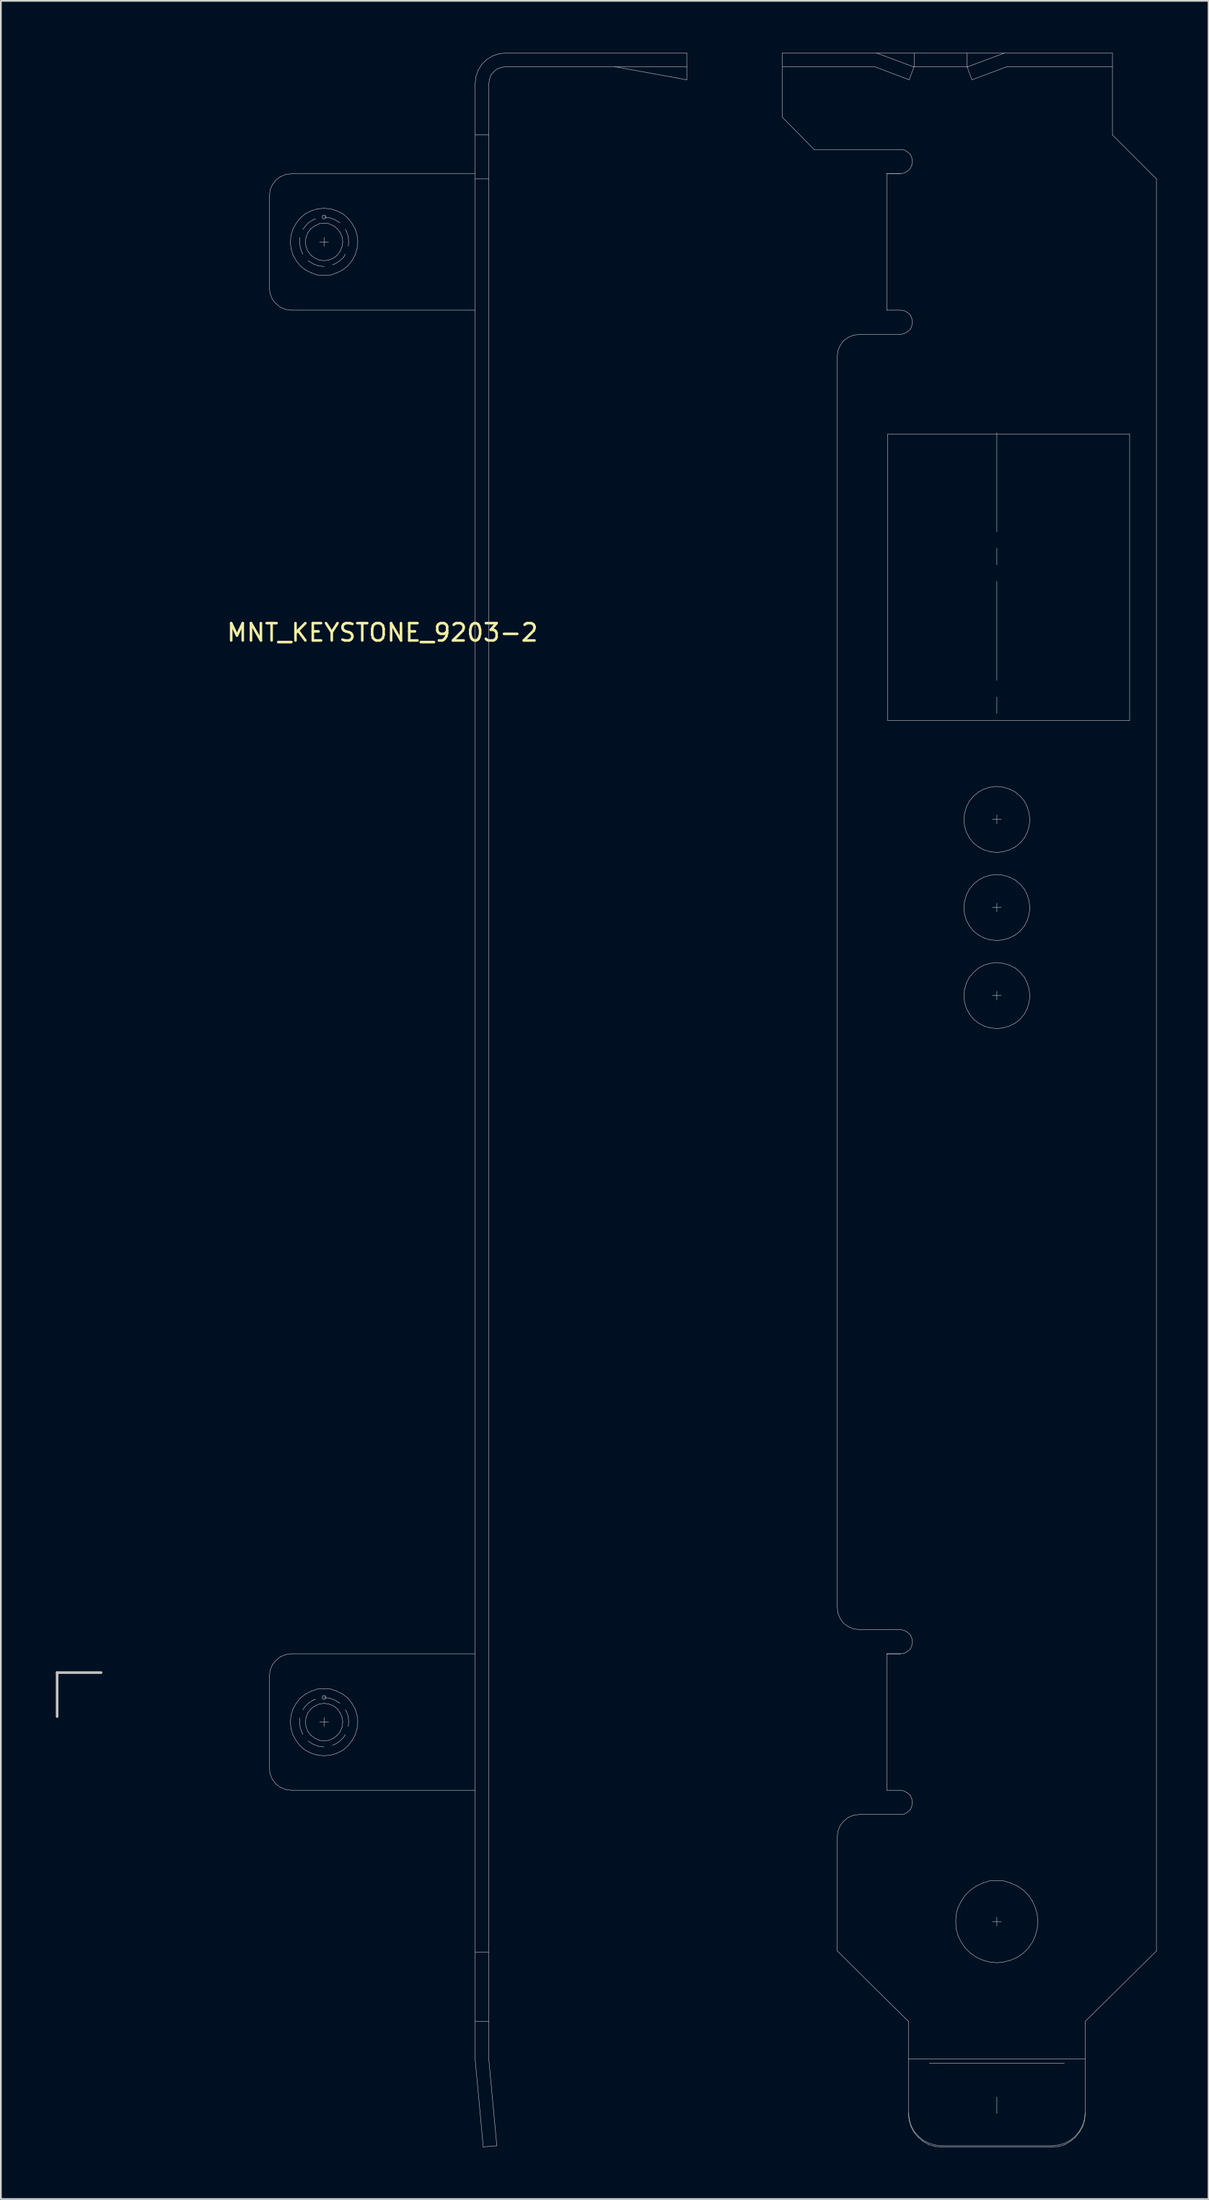
<source format=kicad_pcb>
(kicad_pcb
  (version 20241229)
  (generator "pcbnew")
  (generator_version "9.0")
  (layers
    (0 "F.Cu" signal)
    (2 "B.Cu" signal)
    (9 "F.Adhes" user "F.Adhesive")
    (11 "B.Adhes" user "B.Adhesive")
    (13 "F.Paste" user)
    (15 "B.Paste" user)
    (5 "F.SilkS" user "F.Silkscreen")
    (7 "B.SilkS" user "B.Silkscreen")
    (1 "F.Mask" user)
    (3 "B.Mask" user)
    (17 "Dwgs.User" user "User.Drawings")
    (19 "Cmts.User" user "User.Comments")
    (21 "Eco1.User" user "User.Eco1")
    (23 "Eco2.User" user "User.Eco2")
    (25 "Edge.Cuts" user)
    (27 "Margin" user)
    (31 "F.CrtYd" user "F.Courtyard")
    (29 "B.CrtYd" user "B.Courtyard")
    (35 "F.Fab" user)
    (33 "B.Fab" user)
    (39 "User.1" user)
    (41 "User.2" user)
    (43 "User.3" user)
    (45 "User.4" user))
  (footprint "MNT_KEYSTONE_9203-2"
    (layer "F.Cu")
    (at 0.25 93.558)
    (property "Reference" "MNT_KEYSTONE_9203-2" (at 18.796 -60.071 0) (layer "F.SilkS") (effects (font (size 1 1) (thickness 0.15))))
    (attr through_hole)
    (fp_line (start 0 0) (end 0 2.54) (stroke (width 0.15) (type solid)) (layer "Dwgs.User"))
    (fp_line (start 2.54 0) (end 0 0) (stroke (width 0.15) (type solid)) (layer "Dwgs.User"))
    (fp_line (start 12.265 -85.302) (end 12.307 -85.641) (stroke (width 0.025) (type solid)) (layer "Dwgs.User"))
    (fp_line (start 12.265 -79.961) (end 12.265 -85.302) (stroke (width 0.025) (type solid)) (layer "Dwgs.User"))
    (fp_line (start 12.265 0.187) (end 12.307 -0.131) (stroke (width 0.025) (type solid)) (layer "Dwgs.User"))
    (fp_line (start 12.265 5.527) (end 12.265 0.187) (stroke (width 0.025) (type solid)) (layer "Dwgs.User"))
    (fp_line (start 12.307 -85.641) (end 12.435 -85.938) (stroke (width 0.025) (type solid)) (layer "Dwgs.User"))
    (fp_line (start 12.307 -79.643) (end 12.265 -79.961) (stroke (width 0.025) (type solid)) (layer "Dwgs.User"))
    (fp_line (start 12.307 -0.131) (end 12.435 -0.449) (stroke (width 0.025) (type solid)) (layer "Dwgs.User"))
    (fp_line (start 12.307 5.866) (end 12.265 5.527) (stroke (width 0.025) (type solid)) (layer "Dwgs.User"))
    (fp_line (start 12.435 -85.938) (end 12.646 -86.213) (stroke (width 0.025) (type solid)) (layer "Dwgs.User"))
    (fp_line (start 12.435 -79.326) (end 12.307 -79.643) (stroke (width 0.025) (type solid)) (layer "Dwgs.User"))
    (fp_line (start 12.435 -0.449) (end 12.646 -0.703) (stroke (width 0.025) (type solid)) (layer "Dwgs.User"))
    (fp_line (start 12.435 6.163) (end 12.307 5.866) (stroke (width 0.025) (type solid)) (layer "Dwgs.User"))
    (fp_line (start 12.646 -86.213) (end 12.901 -86.404) (stroke (width 0.025) (type solid)) (layer "Dwgs.User"))
    (fp_line (start 12.646 -79.071) (end 12.435 -79.326) (stroke (width 0.025) (type solid)) (layer "Dwgs.User"))
    (fp_line (start 12.646 -0.703) (end 12.901 -0.915) (stroke (width 0.025) (type solid)) (layer "Dwgs.User"))
    (fp_line (start 12.646 6.438) (end 12.435 6.163) (stroke (width 0.025) (type solid)) (layer "Dwgs.User"))
    (fp_line (start 12.901 -86.404) (end 13.219 -86.531) (stroke (width 0.025) (type solid)) (layer "Dwgs.User"))
    (fp_line (start 12.901 -78.859) (end 12.646 -79.071) (stroke (width 0.025) (type solid)) (layer "Dwgs.User"))
    (fp_line (start 12.901 -0.915) (end 13.219 -1.043) (stroke (width 0.025) (type solid)) (layer "Dwgs.User"))
    (fp_line (start 12.901 6.629) (end 12.646 6.438) (stroke (width 0.025) (type solid)) (layer "Dwgs.User"))
    (fp_line (start 13.219 -86.531) (end 13.537 -86.573) (stroke (width 0.025) (type solid)) (layer "Dwgs.User"))
    (fp_line (start 13.219 -78.732) (end 12.901 -78.859) (stroke (width 0.025) (type solid)) (layer "Dwgs.User"))
    (fp_line (start 13.219 -1.043) (end 13.537 -1.085) (stroke (width 0.025) (type solid)) (layer "Dwgs.User"))
    (fp_line (start 13.219 6.756) (end 12.901 6.629) (stroke (width 0.025) (type solid)) (layer "Dwgs.User"))
    (fp_line (start 13.473 -82.632) (end 13.515 -83.013) (stroke (width 0.025) (type solid)) (layer "Dwgs.User"))
    (fp_line (start 13.473 2.857) (end 13.515 2.475) (stroke (width 0.025) (type solid)) (layer "Dwgs.User"))
    (fp_line (start 13.515 -83.013) (end 13.621 -83.373) (stroke (width 0.025) (type solid)) (layer "Dwgs.User"))
    (fp_line (start 13.515 -82.25) (end 13.473 -82.632) (stroke (width 0.025) (type solid)) (layer "Dwgs.User"))
    (fp_line (start 13.515 2.475) (end 13.621 2.115) (stroke (width 0.025) (type solid)) (layer "Dwgs.User"))
    (fp_line (start 13.515 3.238) (end 13.473 2.857) (stroke (width 0.025) (type solid)) (layer "Dwgs.User"))
    (fp_line (start 13.537 -86.573) (end 24.154 -86.573) (stroke (width 0.025) (type solid)) (layer "Dwgs.User"))
    (fp_line (start 13.537 -78.69) (end 13.219 -78.732) (stroke (width 0.025) (type solid)) (layer "Dwgs.User"))
    (fp_line (start 13.537 -78.69) (end 24.154 -78.69) (stroke (width 0.025) (type solid)) (layer "Dwgs.User"))
    (fp_line (start 13.537 -1.085) (end 24.154 -1.085) (stroke (width 0.025) (type solid)) (layer "Dwgs.User"))
    (fp_line (start 13.537 6.798) (end 13.219 6.756) (stroke (width 0.025) (type solid)) (layer "Dwgs.User"))
    (fp_line (start 13.537 6.798) (end 24.154 6.798) (stroke (width 0.025) (type solid)) (layer "Dwgs.User"))
    (fp_line (start 13.621 -83.373) (end 13.812 -83.712) (stroke (width 0.025) (type solid)) (layer "Dwgs.User"))
    (fp_line (start 13.621 -81.89) (end 13.515 -82.25) (stroke (width 0.025) (type solid)) (layer "Dwgs.User"))
    (fp_line (start 13.621 2.115) (end 13.812 1.776) (stroke (width 0.025) (type solid)) (layer "Dwgs.User"))
    (fp_line (start 13.621 3.598) (end 13.515 3.238) (stroke (width 0.025) (type solid)) (layer "Dwgs.User"))
    (fp_line (start 13.812 -83.712) (end 14.045 -84.009) (stroke (width 0.025) (type solid)) (layer "Dwgs.User"))
    (fp_line (start 13.812 -81.551) (end 13.621 -81.89) (stroke (width 0.025) (type solid)) (layer "Dwgs.User"))
    (fp_line (start 13.812 1.776) (end 14.045 1.479) (stroke (width 0.025) (type solid)) (layer "Dwgs.User"))
    (fp_line (start 13.812 3.938) (end 13.621 3.598) (stroke (width 0.025) (type solid)) (layer "Dwgs.User"))
    (fp_line (start 14.003 -82.632) (end 14.024 -82.886) (stroke (width 0.025) (type solid)) (layer "Dwgs.User"))
    (fp_line (start 14.003 2.857) (end 14.024 2.624) (stroke (width 0.025) (type solid)) (layer "Dwgs.User"))
    (fp_line (start 14.045 -84.009) (end 14.342 -84.263) (stroke (width 0.025) (type solid)) (layer "Dwgs.User"))
    (fp_line (start 14.045 -82.314) (end 14.003 -82.632) (stroke (width 0.025) (type solid)) (layer "Dwgs.User"))
    (fp_line (start 14.045 -81.254) (end 13.812 -81.551) (stroke (width 0.025) (type solid)) (layer "Dwgs.User"))
    (fp_line (start 14.045 1.479) (end 14.342 1.246) (stroke (width 0.025) (type solid)) (layer "Dwgs.User"))
    (fp_line (start 14.045 3.175) (end 14.003 2.857) (stroke (width 0.025) (type solid)) (layer "Dwgs.User"))
    (fp_line (start 14.045 4.234) (end 13.812 3.938) (stroke (width 0.025) (type solid)) (layer "Dwgs.User"))
    (fp_line (start 14.151 -82.017) (end 14.045 -82.314) (stroke (width 0.025) (type solid)) (layer "Dwgs.User"))
    (fp_line (start 14.151 3.471) (end 14.045 3.175) (stroke (width 0.025) (type solid)) (layer "Dwgs.User"))
    (fp_line (start 14.193 -83.352) (end 14.321 -83.522) (stroke (width 0.025) (type solid)) (layer "Dwgs.User"))
    (fp_line (start 14.193 -81.932) (end 14.151 -82.017) (stroke (width 0.025) (type solid)) (layer "Dwgs.User"))
    (fp_line (start 14.193 2.157) (end 14.321 1.967) (stroke (width 0.025) (type solid)) (layer "Dwgs.User"))
    (fp_line (start 14.193 3.577) (end 14.151 3.471) (stroke (width 0.025) (type solid)) (layer "Dwgs.User"))
    (fp_line (start 14.321 -83.522) (end 14.533 -83.755) (stroke (width 0.025) (type solid)) (layer "Dwgs.User"))
    (fp_line (start 14.321 1.967) (end 14.533 1.755) (stroke (width 0.025) (type solid)) (layer "Dwgs.User"))
    (fp_line (start 14.342 -84.263) (end 14.681 -84.433) (stroke (width 0.025) (type solid)) (layer "Dwgs.User"))
    (fp_line (start 14.342 -82.632) (end 14.384 -82.928) (stroke (width 0.025) (type solid)) (layer "Dwgs.User"))
    (fp_line (start 14.342 -81.021) (end 14.045 -81.254) (stroke (width 0.025) (type solid)) (layer "Dwgs.User"))
    (fp_line (start 14.342 1.246) (end 14.681 1.077) (stroke (width 0.025) (type solid)) (layer "Dwgs.User"))
    (fp_line (start 14.342 2.857) (end 14.384 2.581) (stroke (width 0.025) (type solid)) (layer "Dwgs.User"))
    (fp_line (start 14.342 4.489) (end 14.045 4.234) (stroke (width 0.025) (type solid)) (layer "Dwgs.User"))
    (fp_line (start 14.384 -82.928) (end 14.49 -83.183) (stroke (width 0.025) (type solid)) (layer "Dwgs.User"))
    (fp_line (start 14.384 -82.356) (end 14.342 -82.632) (stroke (width 0.025) (type solid)) (layer "Dwgs.User"))
    (fp_line (start 14.384 2.581) (end 14.49 2.327) (stroke (width 0.025) (type solid)) (layer "Dwgs.User"))
    (fp_line (start 14.384 3.153) (end 14.342 2.857) (stroke (width 0.025) (type solid)) (layer "Dwgs.User"))
    (fp_line (start 14.49 -83.183) (end 14.66 -83.394) (stroke (width 0.025) (type solid)) (layer "Dwgs.User"))
    (fp_line (start 14.49 -82.102) (end 14.384 -82.356) (stroke (width 0.025) (type solid)) (layer "Dwgs.User"))
    (fp_line (start 14.49 2.327) (end 14.66 2.094) (stroke (width 0.025) (type solid)) (layer "Dwgs.User"))
    (fp_line (start 14.49 3.408) (end 14.384 3.153) (stroke (width 0.025) (type solid)) (layer "Dwgs.User"))
    (fp_line (start 14.533 -83.755) (end 14.808 -83.924) (stroke (width 0.025) (type solid)) (layer "Dwgs.User"))
    (fp_line (start 14.533 -81.53) (end 14.511 -81.551) (stroke (width 0.025) (type solid)) (layer "Dwgs.User"))
    (fp_line (start 14.533 1.755) (end 14.808 1.585) (stroke (width 0.025) (type solid)) (layer "Dwgs.User"))
    (fp_line (start 14.533 3.98) (end 14.511 3.959) (stroke (width 0.025) (type solid)) (layer "Dwgs.User"))
    (fp_line (start 14.66 -83.394) (end 14.893 -83.564) (stroke (width 0.025) (type solid)) (layer "Dwgs.User"))
    (fp_line (start 14.66 -81.869) (end 14.49 -82.102) (stroke (width 0.025) (type solid)) (layer "Dwgs.User"))
    (fp_line (start 14.66 2.094) (end 14.893 1.924) (stroke (width 0.025) (type solid)) (layer "Dwgs.User"))
    (fp_line (start 14.66 3.62) (end 14.49 3.408) (stroke (width 0.025) (type solid)) (layer "Dwgs.User"))
    (fp_line (start 14.681 -84.433) (end 15.041 -84.539) (stroke (width 0.025) (type solid)) (layer "Dwgs.User"))
    (fp_line (start 14.681 -80.851) (end 14.342 -81.021) (stroke (width 0.025) (type solid)) (layer "Dwgs.User"))
    (fp_line (start 14.681 1.077) (end 15.041 0.949) (stroke (width 0.025) (type solid)) (layer "Dwgs.User"))
    (fp_line (start 14.681 4.658) (end 14.342 4.489) (stroke (width 0.025) (type solid)) (layer "Dwgs.User"))
    (fp_line (start 14.808 -83.924) (end 14.935 -83.967) (stroke (width 0.025) (type solid)) (layer "Dwgs.User"))
    (fp_line (start 14.808 -81.36) (end 14.533 -81.53) (stroke (width 0.025) (type solid)) (layer "Dwgs.User"))
    (fp_line (start 14.808 1.585) (end 14.935 1.543) (stroke (width 0.025) (type solid)) (layer "Dwgs.User"))
    (fp_line (start 14.808 4.149) (end 14.533 3.98) (stroke (width 0.025) (type solid)) (layer "Dwgs.User"))
    (fp_line (start 14.893 -83.564) (end 15.147 -83.691) (stroke (width 0.025) (type solid)) (layer "Dwgs.User"))
    (fp_line (start 14.893 -81.699) (end 14.66 -81.869) (stroke (width 0.025) (type solid)) (layer "Dwgs.User"))
    (fp_line (start 14.893 1.924) (end 15.147 1.818) (stroke (width 0.025) (type solid)) (layer "Dwgs.User"))
    (fp_line (start 14.893 3.789) (end 14.66 3.62) (stroke (width 0.025) (type solid)) (layer "Dwgs.User"))
    (fp_line (start 15.041 -84.539) (end 15.423 -84.581) (stroke (width 0.025) (type solid)) (layer "Dwgs.User"))
    (fp_line (start 15.041 -80.724) (end 14.681 -80.851) (stroke (width 0.025) (type solid)) (layer "Dwgs.User"))
    (fp_line (start 15.041 0.949) (end 15.423 0.928) (stroke (width 0.025) (type solid)) (layer "Dwgs.User"))
    (fp_line (start 15.041 4.764) (end 14.681 4.658) (stroke (width 0.025) (type solid)) (layer "Dwgs.User"))
    (fp_line (start 15.105 -81.254) (end 14.808 -81.36) (stroke (width 0.025) (type solid)) (layer "Dwgs.User"))
    (fp_line (start 15.105 4.255) (end 14.808 4.149) (stroke (width 0.025) (type solid)) (layer "Dwgs.User"))
    (fp_line (start 15.147 -83.691) (end 15.423 -83.712) (stroke (width 0.025) (type solid)) (layer "Dwgs.User"))
    (fp_line (start 15.147 -81.593) (end 14.893 -81.699) (stroke (width 0.025) (type solid)) (layer "Dwgs.User"))
    (fp_line (start 15.147 1.818) (end 15.423 1.776) (stroke (width 0.025) (type solid)) (layer "Dwgs.User"))
    (fp_line (start 15.147 3.916) (end 14.893 3.789) (stroke (width 0.025) (type solid)) (layer "Dwgs.User"))
    (fp_line (start 15.168 -82.632) (end 15.677 -82.632) (stroke (width 0.025) (type solid)) (layer "Dwgs.User"))
    (fp_line (start 15.168 2.857) (end 15.677 2.857) (stroke (width 0.025) (type solid)) (layer "Dwgs.User"))
    (fp_line (start 15.317 -84.073) (end 15.338 -84.157) (stroke (width 0.025) (type solid)) (layer "Dwgs.User"))
    (fp_line (start 15.317 1.437) (end 15.338 1.352) (stroke (width 0.025) (type solid)) (layer "Dwgs.User"))
    (fp_line (start 15.338 -84.157) (end 15.423 -84.179) (stroke (width 0.025) (type solid)) (layer "Dwgs.User"))
    (fp_line (start 15.338 -83.988) (end 15.317 -84.073) (stroke (width 0.025) (type solid)) (layer "Dwgs.User"))
    (fp_line (start 15.338 1.352) (end 15.423 1.331) (stroke (width 0.025) (type solid)) (layer "Dwgs.User"))
    (fp_line (start 15.338 1.522) (end 15.317 1.437) (stroke (width 0.025) (type solid)) (layer "Dwgs.User"))
    (fp_line (start 15.423 -84.581) (end 15.804 -84.539) (stroke (width 0.025) (type solid)) (layer "Dwgs.User"))
    (fp_line (start 15.423 -84.179) (end 15.507 -84.157) (stroke (width 0.025) (type solid)) (layer "Dwgs.User"))
    (fp_line (start 15.423 -84.073) (end 15.741 -84.03) (stroke (width 0.025) (type solid)) (layer "Dwgs.User"))
    (fp_line (start 15.423 -83.967) (end 15.338 -83.988) (stroke (width 0.025) (type solid)) (layer "Dwgs.User"))
    (fp_line (start 15.423 -83.712) (end 15.698 -83.691) (stroke (width 0.025) (type solid)) (layer "Dwgs.User"))
    (fp_line (start 15.423 -82.377) (end 15.423 -82.886) (stroke (width 0.025) (type solid)) (layer "Dwgs.User"))
    (fp_line (start 15.423 -81.551) (end 15.147 -81.593) (stroke (width 0.025) (type solid)) (layer "Dwgs.User"))
    (fp_line (start 15.423 -81.212) (end 15.105 -81.254) (stroke (width 0.025) (type solid)) (layer "Dwgs.User"))
    (fp_line (start 15.423 -80.703) (end 15.041 -80.724) (stroke (width 0.025) (type solid)) (layer "Dwgs.User"))
    (fp_line (start 15.423 0.928) (end 15.804 0.949) (stroke (width 0.025) (type solid)) (layer "Dwgs.User"))
    (fp_line (start 15.423 1.331) (end 15.507 1.352) (stroke (width 0.025) (type solid)) (layer "Dwgs.User"))
    (fp_line (start 15.423 1.437) (end 15.741 1.479) (stroke (width 0.025) (type solid)) (layer "Dwgs.User"))
    (fp_line (start 15.423 1.543) (end 15.338 1.522) (stroke (width 0.025) (type solid)) (layer "Dwgs.User"))
    (fp_line (start 15.423 1.776) (end 15.698 1.818) (stroke (width 0.025) (type solid)) (layer "Dwgs.User"))
    (fp_line (start 15.423 3.111) (end 15.423 2.602) (stroke (width 0.025) (type solid)) (layer "Dwgs.User"))
    (fp_line (start 15.423 3.938) (end 15.147 3.916) (stroke (width 0.025) (type solid)) (layer "Dwgs.User"))
    (fp_line (start 15.423 4.298) (end 15.105 4.255) (stroke (width 0.025) (type solid)) (layer "Dwgs.User"))
    (fp_line (start 15.423 4.806) (end 15.041 4.764) (stroke (width 0.025) (type solid)) (layer "Dwgs.User"))
    (fp_line (start 15.507 -84.157) (end 15.529 -84.073) (stroke (width 0.025) (type solid)) (layer "Dwgs.User"))
    (fp_line (start 15.507 -83.988) (end 15.423 -83.967) (stroke (width 0.025) (type solid)) (layer "Dwgs.User"))
    (fp_line (start 15.507 1.352) (end 15.529 1.437) (stroke (width 0.025) (type solid)) (layer "Dwgs.User"))
    (fp_line (start 15.507 1.522) (end 15.423 1.543) (stroke (width 0.025) (type solid)) (layer "Dwgs.User"))
    (fp_line (start 15.529 -84.073) (end 15.507 -83.988) (stroke (width 0.025) (type solid)) (layer "Dwgs.User"))
    (fp_line (start 15.529 1.437) (end 15.507 1.522) (stroke (width 0.025) (type solid)) (layer "Dwgs.User"))
    (fp_line (start 15.698 -83.691) (end 15.974 -83.564) (stroke (width 0.025) (type solid)) (layer "Dwgs.User"))
    (fp_line (start 15.698 -81.593) (end 15.423 -81.551) (stroke (width 0.025) (type solid)) (layer "Dwgs.User"))
    (fp_line (start 15.698 1.818) (end 15.974 1.924) (stroke (width 0.025) (type solid)) (layer "Dwgs.User"))
    (fp_line (start 15.698 3.916) (end 15.423 3.938) (stroke (width 0.025) (type solid)) (layer "Dwgs.User"))
    (fp_line (start 15.741 -84.03) (end 16.037 -83.924) (stroke (width 0.025) (type solid)) (layer "Dwgs.User"))
    (fp_line (start 15.741 1.479) (end 16.037 1.585) (stroke (width 0.025) (type solid)) (layer "Dwgs.User"))
    (fp_line (start 15.804 -84.539) (end 16.164 -84.433) (stroke (width 0.025) (type solid)) (layer "Dwgs.User"))
    (fp_line (start 15.804 -80.724) (end 15.423 -80.703) (stroke (width 0.025) (type solid)) (layer "Dwgs.User"))
    (fp_line (start 15.804 0.949) (end 16.164 1.077) (stroke (width 0.025) (type solid)) (layer "Dwgs.User"))
    (fp_line (start 15.804 4.764) (end 15.423 4.806) (stroke (width 0.025) (type solid)) (layer "Dwgs.User"))
    (fp_line (start 15.974 -83.564) (end 16.186 -83.394) (stroke (width 0.025) (type solid)) (layer "Dwgs.User"))
    (fp_line (start 15.974 -81.699) (end 15.698 -81.593) (stroke (width 0.025) (type solid)) (layer "Dwgs.User"))
    (fp_line (start 15.974 1.924) (end 16.186 2.094) (stroke (width 0.025) (type solid)) (layer "Dwgs.User"))
    (fp_line (start 15.974 3.789) (end 15.698 3.916) (stroke (width 0.025) (type solid)) (layer "Dwgs.User"))
    (fp_line (start 16.037 -83.924) (end 16.313 -83.755) (stroke (width 0.025) (type solid)) (layer "Dwgs.User"))
    (fp_line (start 16.037 -81.36) (end 15.91 -81.318) (stroke (width 0.025) (type solid)) (layer "Dwgs.User"))
    (fp_line (start 16.037 1.585) (end 16.313 1.755) (stroke (width 0.025) (type solid)) (layer "Dwgs.User"))
    (fp_line (start 16.037 4.149) (end 15.91 4.192) (stroke (width 0.025) (type solid)) (layer "Dwgs.User"))
    (fp_line (start 16.164 -84.433) (end 16.503 -84.263) (stroke (width 0.025) (type solid)) (layer "Dwgs.User"))
    (fp_line (start 16.164 -80.851) (end 15.804 -80.724) (stroke (width 0.025) (type solid)) (layer "Dwgs.User"))
    (fp_line (start 16.164 1.077) (end 16.503 1.246) (stroke (width 0.025) (type solid)) (layer "Dwgs.User"))
    (fp_line (start 16.164 4.658) (end 15.804 4.764) (stroke (width 0.025) (type solid)) (layer "Dwgs.User"))
    (fp_line (start 16.186 -83.394) (end 16.355 -83.183) (stroke (width 0.025) (type solid)) (layer "Dwgs.User"))
    (fp_line (start 16.186 -81.869) (end 15.974 -81.699) (stroke (width 0.025) (type solid)) (layer "Dwgs.User"))
    (fp_line (start 16.186 2.094) (end 16.355 2.327) (stroke (width 0.025) (type solid)) (layer "Dwgs.User"))
    (fp_line (start 16.186 3.62) (end 15.974 3.789) (stroke (width 0.025) (type solid)) (layer "Dwgs.User"))
    (fp_line (start 16.313 -83.755) (end 16.334 -83.734) (stroke (width 0.025) (type solid)) (layer "Dwgs.User"))
    (fp_line (start 16.313 -81.53) (end 16.037 -81.36) (stroke (width 0.025) (type solid)) (layer "Dwgs.User"))
    (fp_line (start 16.313 1.755) (end 16.334 1.776) (stroke (width 0.025) (type solid)) (layer "Dwgs.User"))
    (fp_line (start 16.313 3.98) (end 16.037 4.149) (stroke (width 0.025) (type solid)) (layer "Dwgs.User"))
    (fp_line (start 16.355 -83.183) (end 16.461 -82.928) (stroke (width 0.025) (type solid)) (layer "Dwgs.User"))
    (fp_line (start 16.355 -82.102) (end 16.186 -81.869) (stroke (width 0.025) (type solid)) (layer "Dwgs.User"))
    (fp_line (start 16.355 2.327) (end 16.461 2.581) (stroke (width 0.025) (type solid)) (layer "Dwgs.User"))
    (fp_line (start 16.355 3.408) (end 16.186 3.62) (stroke (width 0.025) (type solid)) (layer "Dwgs.User"))
    (fp_line (start 16.461 -82.928) (end 16.503 -82.632) (stroke (width 0.025) (type solid)) (layer "Dwgs.User"))
    (fp_line (start 16.461 -82.356) (end 16.355 -82.102) (stroke (width 0.025) (type solid)) (layer "Dwgs.User"))
    (fp_line (start 16.461 2.581) (end 16.503 2.857) (stroke (width 0.025) (type solid)) (layer "Dwgs.User"))
    (fp_line (start 16.461 3.153) (end 16.355 3.408) (stroke (width 0.025) (type solid)) (layer "Dwgs.User"))
    (fp_line (start 16.503 -84.263) (end 16.8 -84.009) (stroke (width 0.025) (type solid)) (layer "Dwgs.User"))
    (fp_line (start 16.503 -82.632) (end 16.461 -82.356) (stroke (width 0.025) (type solid)) (layer "Dwgs.User"))
    (fp_line (start 16.503 -81.021) (end 16.164 -80.851) (stroke (width 0.025) (type solid)) (layer "Dwgs.User"))
    (fp_line (start 16.503 1.246) (end 16.8 1.479) (stroke (width 0.025) (type solid)) (layer "Dwgs.User"))
    (fp_line (start 16.503 2.857) (end 16.461 3.153) (stroke (width 0.025) (type solid)) (layer "Dwgs.User"))
    (fp_line (start 16.503 4.489) (end 16.164 4.658) (stroke (width 0.025) (type solid)) (layer "Dwgs.User"))
    (fp_line (start 16.546 -81.741) (end 16.313 -81.53) (stroke (width 0.025) (type solid)) (layer "Dwgs.User"))
    (fp_line (start 16.546 3.747) (end 16.313 3.98) (stroke (width 0.025) (type solid)) (layer "Dwgs.User"))
    (fp_line (start 16.652 -83.352) (end 16.715 -83.246) (stroke (width 0.025) (type solid)) (layer "Dwgs.User"))
    (fp_line (start 16.652 -81.932) (end 16.546 -81.741) (stroke (width 0.025) (type solid)) (layer "Dwgs.User"))
    (fp_line (start 16.652 2.157) (end 16.715 2.242) (stroke (width 0.025) (type solid)) (layer "Dwgs.User"))
    (fp_line (start 16.652 3.577) (end 16.546 3.747) (stroke (width 0.025) (type solid)) (layer "Dwgs.User"))
    (fp_line (start 16.715 -83.246) (end 16.821 -82.949) (stroke (width 0.025) (type solid)) (layer "Dwgs.User"))
    (fp_line (start 16.715 2.242) (end 16.821 2.539) (stroke (width 0.025) (type solid)) (layer "Dwgs.User"))
    (fp_line (start 16.8 -84.009) (end 17.033 -83.712) (stroke (width 0.025) (type solid)) (layer "Dwgs.User"))
    (fp_line (start 16.8 -81.254) (end 16.503 -81.021) (stroke (width 0.025) (type solid)) (layer "Dwgs.User"))
    (fp_line (start 16.8 1.479) (end 17.033 1.776) (stroke (width 0.025) (type solid)) (layer "Dwgs.User"))
    (fp_line (start 16.8 4.234) (end 16.503 4.489) (stroke (width 0.025) (type solid)) (layer "Dwgs.User"))
    (fp_line (start 16.821 -82.949) (end 16.842 -82.632) (stroke (width 0.025) (type solid)) (layer "Dwgs.User"))
    (fp_line (start 16.821 2.539) (end 16.842 2.857) (stroke (width 0.025) (type solid)) (layer "Dwgs.User"))
    (fp_line (start 16.842 -82.632) (end 16.821 -82.398) (stroke (width 0.025) (type solid)) (layer "Dwgs.User"))
    (fp_line (start 16.842 2.857) (end 16.821 3.111) (stroke (width 0.025) (type solid)) (layer "Dwgs.User"))
    (fp_line (start 17.033 -83.712) (end 17.224 -83.373) (stroke (width 0.025) (type solid)) (layer "Dwgs.User"))
    (fp_line (start 17.033 -81.551) (end 16.8 -81.254) (stroke (width 0.025) (type solid)) (layer "Dwgs.User"))
    (fp_line (start 17.033 1.776) (end 17.224 2.115) (stroke (width 0.025) (type solid)) (layer "Dwgs.User"))
    (fp_line (start 17.033 3.938) (end 16.8 4.234) (stroke (width 0.025) (type solid)) (layer "Dwgs.User"))
    (fp_line (start 17.224 -83.373) (end 17.33 -83.013) (stroke (width 0.025) (type solid)) (layer "Dwgs.User"))
    (fp_line (start 17.224 -81.89) (end 17.033 -81.551) (stroke (width 0.025) (type solid)) (layer "Dwgs.User"))
    (fp_line (start 17.224 2.115) (end 17.33 2.475) (stroke (width 0.025) (type solid)) (layer "Dwgs.User"))
    (fp_line (start 17.224 3.598) (end 17.033 3.938) (stroke (width 0.025) (type solid)) (layer "Dwgs.User"))
    (fp_line (start 17.33 -83.013) (end 17.372 -82.632) (stroke (width 0.025) (type solid)) (layer "Dwgs.User"))
    (fp_line (start 17.33 -82.25) (end 17.224 -81.89) (stroke (width 0.025) (type solid)) (layer "Dwgs.User"))
    (fp_line (start 17.33 2.475) (end 17.372 2.857) (stroke (width 0.025) (type solid)) (layer "Dwgs.User"))
    (fp_line (start 17.33 3.238) (end 17.224 3.598) (stroke (width 0.025) (type solid)) (layer "Dwgs.User"))
    (fp_line (start 17.372 -82.632) (end 17.33 -82.25) (stroke (width 0.025) (type solid)) (layer "Dwgs.User"))
    (fp_line (start 17.372 2.857) (end 17.33 3.238) (stroke (width 0.025) (type solid)) (layer "Dwgs.User"))
    (fp_line (start 24.154 -91.765) (end 24.196 -92.168) (stroke (width 0.025) (type solid)) (layer "Dwgs.User"))
    (fp_line (start 24.154 -88.82) (end 24.938 -88.82) (stroke (width 0.025) (type solid)) (layer "Dwgs.User"))
    (fp_line (start 24.154 22.353) (end 24.154 -91.765) (stroke (width 0.025) (type solid)) (layer "Dwgs.User"))
    (fp_line (start 24.154 22.353) (end 24.62 27.397) (stroke (width 0.025) (type solid)) (layer "Dwgs.User"))
    (fp_line (start 24.196 -92.168) (end 24.323 -92.549) (stroke (width 0.025) (type solid)) (layer "Dwgs.User"))
    (fp_line (start 24.323 -92.549) (end 24.535 -92.888) (stroke (width 0.025) (type solid)) (layer "Dwgs.User"))
    (fp_line (start 24.535 -92.888) (end 24.811 -93.164) (stroke (width 0.025) (type solid)) (layer "Dwgs.User"))
    (fp_line (start 24.811 -93.164) (end 25.15 -93.376) (stroke (width 0.025) (type solid)) (layer "Dwgs.User"))
    (fp_line (start 24.938 -91.765) (end 24.98 -92.02) (stroke (width 0.025) (type solid)) (layer "Dwgs.User"))
    (fp_line (start 24.938 -86.277) (end 24.154 -86.277) (stroke (width 0.025) (type solid)) (layer "Dwgs.User"))
    (fp_line (start 24.938 16.144) (end 24.154 16.144) (stroke (width 0.025) (type solid)) (layer "Dwgs.User"))
    (fp_line (start 24.938 20.149) (end 24.154 20.149) (stroke (width 0.025) (type solid)) (layer "Dwgs.User"))
    (fp_line (start 24.938 22.311) (end 24.938 -91.765) (stroke (width 0.025) (type solid)) (layer "Dwgs.User"))
    (fp_line (start 24.938 22.311) (end 25.404 27.333) (stroke (width 0.025) (type solid)) (layer "Dwgs.User"))
    (fp_line (start 24.98 -92.02) (end 25.065 -92.274) (stroke (width 0.025) (type solid)) (layer "Dwgs.User"))
    (fp_line (start 25.065 -92.274) (end 25.234 -92.465) (stroke (width 0.025) (type solid)) (layer "Dwgs.User"))
    (fp_line (start 25.15 -93.376) (end 25.531 -93.503) (stroke (width 0.025) (type solid)) (layer "Dwgs.User"))
    (fp_line (start 25.234 -92.465) (end 25.425 -92.634) (stroke (width 0.025) (type solid)) (layer "Dwgs.User"))
    (fp_line (start 25.404 27.333) (end 24.62 27.397) (stroke (width 0.025) (type solid)) (layer "Dwgs.User"))
    (fp_line (start 25.425 -92.634) (end 25.68 -92.719) (stroke (width 0.025) (type solid)) (layer "Dwgs.User"))
    (fp_line (start 25.531 -93.503) (end 25.934 -93.545) (stroke (width 0.025) (type solid)) (layer "Dwgs.User"))
    (fp_line (start 25.68 -92.719) (end 25.934 -92.761) (stroke (width 0.025) (type solid)) (layer "Dwgs.User"))
    (fp_line (start 25.934 -93.545) (end 36.381 -93.545) (stroke (width 0.025) (type solid)) (layer "Dwgs.User"))
    (fp_line (start 25.934 -92.761) (end 36.381 -92.761) (stroke (width 0.025) (type solid)) (layer "Dwgs.User"))
    (fp_line (start 36.381 -92.761) (end 36.381 -93.545) (stroke (width 0.025) (type solid)) (layer "Dwgs.User"))
    (fp_line (start 36.381 -92.761) (end 36.381 -91.998) (stroke (width 0.025) (type solid)) (layer "Dwgs.User"))
    (fp_line (start 36.381 -91.998) (end 32.185 -92.761) (stroke (width 0.025) (type solid)) (layer "Dwgs.User"))
    (fp_line (start 41.896 -93.545) (end 41.896 -89.837) (stroke (width 0.025) (type solid)) (layer "Dwgs.User"))
    (fp_line (start 41.896 -89.837) (end 43.74 -87.972) (stroke (width 0.025) (type solid)) (layer "Dwgs.User"))
    (fp_line (start 45.075 -3.755) (end 45.075 -76.02) (stroke (width 0.025) (type solid)) (layer "Dwgs.User"))
    (fp_line (start 45.075 -3.755) (end 45.117 -3.416) (stroke (width 0.025) (type solid)) (layer "Dwgs.User"))
    (fp_line (start 45.075 16.081) (end 45.075 9.469) (stroke (width 0.025) (type solid)) (layer "Dwgs.User"))
    (fp_line (start 45.117 -76.359) (end 45.075 -76.02) (stroke (width 0.025) (type solid)) (layer "Dwgs.User"))
    (fp_line (start 45.117 -3.416) (end 45.244 -3.119) (stroke (width 0.025) (type solid)) (layer "Dwgs.User"))
    (fp_line (start 45.117 9.151) (end 45.075 9.469) (stroke (width 0.025) (type solid)) (layer "Dwgs.User"))
    (fp_line (start 45.244 -76.655) (end 45.117 -76.359) (stroke (width 0.025) (type solid)) (layer "Dwgs.User"))
    (fp_line (start 45.244 -3.119) (end 45.435 -2.844) (stroke (width 0.025) (type solid)) (layer "Dwgs.User"))
    (fp_line (start 45.244 8.833) (end 45.117 9.151) (stroke (width 0.025) (type solid)) (layer "Dwgs.User"))
    (fp_line (start 45.435 -76.931) (end 45.244 -76.655) (stroke (width 0.025) (type solid)) (layer "Dwgs.User"))
    (fp_line (start 45.435 -2.844) (end 45.711 -2.653) (stroke (width 0.025) (type solid)) (layer "Dwgs.User"))
    (fp_line (start 45.435 8.579) (end 45.244 8.833) (stroke (width 0.025) (type solid)) (layer "Dwgs.User"))
    (fp_line (start 45.711 -77.122) (end 45.435 -76.931) (stroke (width 0.025) (type solid)) (layer "Dwgs.User"))
    (fp_line (start 45.711 -2.653) (end 46.007 -2.526) (stroke (width 0.025) (type solid)) (layer "Dwgs.User"))
    (fp_line (start 45.711 8.367) (end 45.435 8.579) (stroke (width 0.025) (type solid)) (layer "Dwgs.User"))
    (fp_line (start 46.007 -77.249) (end 45.711 -77.122) (stroke (width 0.025) (type solid)) (layer "Dwgs.User"))
    (fp_line (start 46.007 -2.526) (end 46.346 -2.484) (stroke (width 0.025) (type solid)) (layer "Dwgs.User"))
    (fp_line (start 46.007 8.24) (end 45.711 8.367) (stroke (width 0.025) (type solid)) (layer "Dwgs.User"))
    (fp_line (start 46.346 -77.291) (end 46.007 -77.249) (stroke (width 0.025) (type solid)) (layer "Dwgs.User"))
    (fp_line (start 46.346 8.197) (end 46.007 8.24) (stroke (width 0.025) (type solid)) (layer "Dwgs.User"))
    (fp_line (start 46.346 8.197) (end 48.72 8.197) (stroke (width 0.025) (type solid)) (layer "Dwgs.User"))
    (fp_line (start 47.215 -92.761) (end 41.896 -92.761) (stroke (width 0.025) (type solid)) (layer "Dwgs.User"))
    (fp_line (start 47.342 -93.545) (end 49.504 -92.74) (stroke (width 0.025) (type solid)) (layer "Dwgs.User"))
    (fp_line (start 47.936 -86.573) (end 48.72 -86.573) (stroke (width 0.025) (type solid)) (layer "Dwgs.User"))
    (fp_line (start 47.936 -78.69) (end 47.936 -86.573) (stroke (width 0.025) (type solid)) (layer "Dwgs.User"))
    (fp_line (start 47.936 -1.085) (end 47.936 6.798) (stroke (width 0.025) (type solid)) (layer "Dwgs.User"))
    (fp_line (start 47.936 -1.085) (end 48.72 -1.085) (stroke (width 0.025) (type solid)) (layer "Dwgs.User"))
    (fp_line (start 47.936 6.798) (end 48.72 6.798) (stroke (width 0.025) (type solid)) (layer "Dwgs.User"))
    (fp_line (start 47.978 -71.527) (end 47.978 -54.997) (stroke (width 0.025) (type solid)) (layer "Dwgs.User"))
    (fp_line (start 47.978 -54.997) (end 61.965 -54.997) (stroke (width 0.025) (type solid)) (layer "Dwgs.User"))
    (fp_line (start 48.72 -87.972) (end 43.74 -87.972) (stroke (width 0.025) (type solid)) (layer "Dwgs.User"))
    (fp_line (start 48.72 -86.573) (end 47.936 -86.573) (stroke (width 0.025) (type solid)) (layer "Dwgs.User"))
    (fp_line (start 48.72 -86.573) (end 48.932 -86.616) (stroke (width 0.025) (type solid)) (layer "Dwgs.User"))
    (fp_line (start 48.72 -78.69) (end 47.936 -78.69) (stroke (width 0.025) (type solid)) (layer "Dwgs.User"))
    (fp_line (start 48.72 -77.291) (end 46.346 -77.291) (stroke (width 0.025) (type solid)) (layer "Dwgs.User"))
    (fp_line (start 48.72 -77.291) (end 48.932 -77.334) (stroke (width 0.025) (type solid)) (layer "Dwgs.User"))
    (fp_line (start 48.72 -2.484) (end 46.346 -2.484) (stroke (width 0.025) (type solid)) (layer "Dwgs.User"))
    (fp_line (start 48.72 -1.085) (end 47.936 -1.085) (stroke (width 0.025) (type solid)) (layer "Dwgs.User"))
    (fp_line (start 48.72 -1.085) (end 48.932 -1.106) (stroke (width 0.025) (type solid)) (layer "Dwgs.User"))
    (fp_line (start 48.72 8.197) (end 48.932 8.176) (stroke (width 0.025) (type solid)) (layer "Dwgs.User"))
    (fp_line (start 48.932 -87.951) (end 48.72 -87.972) (stroke (width 0.025) (type solid)) (layer "Dwgs.User"))
    (fp_line (start 48.932 -86.616) (end 49.122 -86.722) (stroke (width 0.025) (type solid)) (layer "Dwgs.User"))
    (fp_line (start 48.932 -78.669) (end 48.72 -78.69) (stroke (width 0.025) (type solid)) (layer "Dwgs.User"))
    (fp_line (start 48.932 -77.334) (end 49.122 -77.44) (stroke (width 0.025) (type solid)) (layer "Dwgs.User"))
    (fp_line (start 48.932 -2.441) (end 48.72 -2.484) (stroke (width 0.025) (type solid)) (layer "Dwgs.User"))
    (fp_line (start 48.932 -1.106) (end 49.122 -1.212) (stroke (width 0.025) (type solid)) (layer "Dwgs.User"))
    (fp_line (start 48.932 6.841) (end 48.72 6.798) (stroke (width 0.025) (type solid)) (layer "Dwgs.User"))
    (fp_line (start 48.932 8.176) (end 49.122 8.07) (stroke (width 0.025) (type solid)) (layer "Dwgs.User"))
    (fp_line (start 49.122 -87.845) (end 48.932 -87.951) (stroke (width 0.025) (type solid)) (layer "Dwgs.User"))
    (fp_line (start 49.122 -86.722) (end 49.292 -86.87) (stroke (width 0.025) (type solid)) (layer "Dwgs.User"))
    (fp_line (start 49.122 -78.563) (end 48.932 -78.669) (stroke (width 0.025) (type solid)) (layer "Dwgs.User"))
    (fp_line (start 49.122 -77.44) (end 49.292 -77.588) (stroke (width 0.025) (type solid)) (layer "Dwgs.User"))
    (fp_line (start 49.122 -2.335) (end 48.932 -2.441) (stroke (width 0.025) (type solid)) (layer "Dwgs.User"))
    (fp_line (start 49.122 -1.212) (end 49.292 -1.36) (stroke (width 0.025) (type solid)) (layer "Dwgs.User"))
    (fp_line (start 49.122 6.947) (end 48.932 6.841) (stroke (width 0.025) (type solid)) (layer "Dwgs.User"))
    (fp_line (start 49.122 8.07) (end 49.292 7.922) (stroke (width 0.025) (type solid)) (layer "Dwgs.User"))
    (fp_line (start 49.186 20.149) (end 45.075 16.081) (stroke (width 0.025) (type solid)) (layer "Dwgs.User"))
    (fp_line (start 49.186 20.149) (end 49.186 25.49) (stroke (width 0.025) (type solid)) (layer "Dwgs.User"))
    (fp_line (start 49.186 25.426) (end 49.228 25.786) (stroke (width 0.025) (type solid)) (layer "Dwgs.User"))
    (fp_line (start 49.186 25.49) (end 49.228 25.871) (stroke (width 0.025) (type solid)) (layer "Dwgs.User"))
    (fp_line (start 49.228 -91.998) (end 47.215 -92.761) (stroke (width 0.025) (type solid)) (layer "Dwgs.User"))
    (fp_line (start 49.228 25.786) (end 49.334 26.147) (stroke (width 0.025) (type solid)) (layer "Dwgs.User"))
    (fp_line (start 49.228 25.871) (end 49.334 26.231) (stroke (width 0.025) (type solid)) (layer "Dwgs.User"))
    (fp_line (start 49.292 -87.696) (end 49.122 -87.845) (stroke (width 0.025) (type solid)) (layer "Dwgs.User"))
    (fp_line (start 49.292 -86.87) (end 49.377 -87.061) (stroke (width 0.025) (type solid)) (layer "Dwgs.User"))
    (fp_line (start 49.292 -78.414) (end 49.122 -78.563) (stroke (width 0.025) (type solid)) (layer "Dwgs.User"))
    (fp_line (start 49.292 -77.588) (end 49.377 -77.779) (stroke (width 0.025) (type solid)) (layer "Dwgs.User"))
    (fp_line (start 49.292 -2.187) (end 49.122 -2.335) (stroke (width 0.025) (type solid)) (layer "Dwgs.User"))
    (fp_line (start 49.292 -1.36) (end 49.377 -1.551) (stroke (width 0.025) (type solid)) (layer "Dwgs.User"))
    (fp_line (start 49.292 7.095) (end 49.122 6.947) (stroke (width 0.025) (type solid)) (layer "Dwgs.User"))
    (fp_line (start 49.292 7.922) (end 49.377 7.731) (stroke (width 0.025) (type solid)) (layer "Dwgs.User"))
    (fp_line (start 49.334 26.147) (end 49.504 26.486) (stroke (width 0.025) (type solid)) (layer "Dwgs.User"))
    (fp_line (start 49.334 26.231) (end 49.504 26.549) (stroke (width 0.025) (type solid)) (layer "Dwgs.User"))
    (fp_line (start 49.377 -87.506) (end 49.292 -87.696) (stroke (width 0.025) (type solid)) (layer "Dwgs.User"))
    (fp_line (start 49.377 -87.061) (end 49.419 -87.273) (stroke (width 0.025) (type solid)) (layer "Dwgs.User"))
    (fp_line (start 49.377 -78.224) (end 49.292 -78.414) (stroke (width 0.025) (type solid)) (layer "Dwgs.User"))
    (fp_line (start 49.377 -77.779) (end 49.419 -77.991) (stroke (width 0.025) (type solid)) (layer "Dwgs.User"))
    (fp_line (start 49.377 -1.996) (end 49.292 -2.187) (stroke (width 0.025) (type solid)) (layer "Dwgs.User"))
    (fp_line (start 49.377 -1.551) (end 49.419 -1.784) (stroke (width 0.025) (type solid)) (layer "Dwgs.User"))
    (fp_line (start 49.377 7.286) (end 49.292 7.095) (stroke (width 0.025) (type solid)) (layer "Dwgs.User"))
    (fp_line (start 49.377 7.731) (end 49.419 7.498) (stroke (width 0.025) (type solid)) (layer "Dwgs.User"))
    (fp_line (start 49.419 -87.273) (end 49.377 -87.506) (stroke (width 0.025) (type solid)) (layer "Dwgs.User"))
    (fp_line (start 49.419 -77.991) (end 49.377 -78.224) (stroke (width 0.025) (type solid)) (layer "Dwgs.User"))
    (fp_line (start 49.419 -1.784) (end 49.377 -1.996) (stroke (width 0.025) (type solid)) (layer "Dwgs.User"))
    (fp_line (start 49.419 7.498) (end 49.377 7.286) (stroke (width 0.025) (type solid)) (layer "Dwgs.User"))
    (fp_line (start 49.504 -92.74) (end 49.228 -91.998) (stroke (width 0.025) (type solid)) (layer "Dwgs.User"))
    (fp_line (start 49.504 26.486) (end 49.758 26.782) (stroke (width 0.025) (type solid)) (layer "Dwgs.User"))
    (fp_line (start 49.504 26.549) (end 49.758 26.846) (stroke (width 0.025) (type solid)) (layer "Dwgs.User"))
    (fp_line (start 49.525 -93.545) (end 49.525 -92.761) (stroke (width 0.025) (type solid)) (layer "Dwgs.User"))
    (fp_line (start 49.758 26.782) (end 50.034 27.016) (stroke (width 0.025) (type solid)) (layer "Dwgs.User"))
    (fp_line (start 49.758 26.846) (end 50.034 27.079) (stroke (width 0.025) (type solid)) (layer "Dwgs.User"))
    (fp_line (start 50.034 27.016) (end 50.373 27.185) (stroke (width 0.025) (type solid)) (layer "Dwgs.User"))
    (fp_line (start 50.034 27.079) (end 50.373 27.27) (stroke (width 0.025) (type solid)) (layer "Dwgs.User"))
    (fp_line (start 50.373 27.185) (end 50.733 27.291) (stroke (width 0.025) (type solid)) (layer "Dwgs.User"))
    (fp_line (start 50.373 27.27) (end 50.733 27.376) (stroke (width 0.025) (type solid)) (layer "Dwgs.User"))
    (fp_line (start 50.733 27.291) (end 51.093 27.333) (stroke (width 0.025) (type solid)) (layer "Dwgs.User"))
    (fp_line (start 50.733 27.376) (end 51.093 27.397) (stroke (width 0.025) (type solid)) (layer "Dwgs.User"))
    (fp_line (start 51.92 14.385) (end 51.941 14.788) (stroke (width 0.025) (type solid)) (layer "Dwgs.User"))
    (fp_line (start 51.941 13.961) (end 51.92 14.385) (stroke (width 0.025) (type solid)) (layer "Dwgs.User"))
    (fp_line (start 51.941 14.788) (end 52.047 15.19) (stroke (width 0.025) (type solid)) (layer "Dwgs.User"))
    (fp_line (start 52.047 13.58) (end 51.941 13.961) (stroke (width 0.025) (type solid)) (layer "Dwgs.User"))
    (fp_line (start 52.047 15.19) (end 52.238 15.572) (stroke (width 0.025) (type solid)) (layer "Dwgs.User"))
    (fp_line (start 52.238 13.198) (end 52.047 13.58) (stroke (width 0.025) (type solid)) (layer "Dwgs.User"))
    (fp_line (start 52.238 15.572) (end 52.471 15.911) (stroke (width 0.025) (type solid)) (layer "Dwgs.User"))
    (fp_line (start 52.386 -49.275) (end 52.428 -48.894) (stroke (width 0.025) (type solid)) (layer "Dwgs.User"))
    (fp_line (start 52.386 -44.189) (end 52.428 -43.808) (stroke (width 0.025) (type solid)) (layer "Dwgs.User"))
    (fp_line (start 52.386 -39.103) (end 52.428 -38.722) (stroke (width 0.025) (type solid)) (layer "Dwgs.User"))
    (fp_line (start 52.428 -49.636) (end 52.386 -49.275) (stroke (width 0.025) (type solid)) (layer "Dwgs.User"))
    (fp_line (start 52.428 -48.894) (end 52.534 -48.534) (stroke (width 0.025) (type solid)) (layer "Dwgs.User"))
    (fp_line (start 52.428 -44.55) (end 52.386 -44.189) (stroke (width 0.025) (type solid)) (layer "Dwgs.User"))
    (fp_line (start 52.428 -43.808) (end 52.534 -43.448) (stroke (width 0.025) (type solid)) (layer "Dwgs.User"))
    (fp_line (start 52.428 -39.464) (end 52.386 -39.103) (stroke (width 0.025) (type solid)) (layer "Dwgs.User"))
    (fp_line (start 52.428 -38.722) (end 52.534 -38.362) (stroke (width 0.025) (type solid)) (layer "Dwgs.User"))
    (fp_line (start 52.471 12.859) (end 52.238 13.198) (stroke (width 0.025) (type solid)) (layer "Dwgs.User"))
    (fp_line (start 52.471 15.911) (end 52.767 16.208) (stroke (width 0.025) (type solid)) (layer "Dwgs.User"))
    (fp_line (start 52.534 -49.996) (end 52.428 -49.636) (stroke (width 0.025) (type solid)) (layer "Dwgs.User"))
    (fp_line (start 52.534 -48.534) (end 52.704 -48.216) (stroke (width 0.025) (type solid)) (layer "Dwgs.User"))
    (fp_line (start 52.534 -44.91) (end 52.428 -44.55) (stroke (width 0.025) (type solid)) (layer "Dwgs.User"))
    (fp_line (start 52.534 -43.448) (end 52.704 -43.13) (stroke (width 0.025) (type solid)) (layer "Dwgs.User"))
    (fp_line (start 52.534 -39.824) (end 52.428 -39.464) (stroke (width 0.025) (type solid)) (layer "Dwgs.User"))
    (fp_line (start 52.534 -38.362) (end 52.704 -38.044) (stroke (width 0.025) (type solid)) (layer "Dwgs.User"))
    (fp_line (start 52.577 -93.545) (end 52.577 -92.761) (stroke (width 0.025) (type solid)) (layer "Dwgs.User"))
    (fp_line (start 52.577 -92.74) (end 52.852 -91.998) (stroke (width 0.025) (type solid)) (layer "Dwgs.User"))
    (fp_line (start 52.64 -92.761) (end 49.462 -92.761) (stroke (width 0.025) (type solid)) (layer "Dwgs.User"))
    (fp_line (start 52.704 -50.335) (end 52.534 -49.996) (stroke (width 0.025) (type solid)) (layer "Dwgs.User"))
    (fp_line (start 52.704 -48.216) (end 52.937 -47.919) (stroke (width 0.025) (type solid)) (layer "Dwgs.User"))
    (fp_line (start 52.704 -45.249) (end 52.534 -44.91) (stroke (width 0.025) (type solid)) (layer "Dwgs.User"))
    (fp_line (start 52.704 -43.13) (end 52.937 -42.833) (stroke (width 0.025) (type solid)) (layer "Dwgs.User"))
    (fp_line (start 52.704 -40.163) (end 52.534 -39.824) (stroke (width 0.025) (type solid)) (layer "Dwgs.User"))
    (fp_line (start 52.704 -38.044) (end 52.937 -37.747) (stroke (width 0.025) (type solid)) (layer "Dwgs.User"))
    (fp_line (start 52.767 12.563) (end 52.471 12.859) (stroke (width 0.025) (type solid)) (layer "Dwgs.User"))
    (fp_line (start 52.767 16.208) (end 53.107 16.441) (stroke (width 0.025) (type solid)) (layer "Dwgs.User"))
    (fp_line (start 52.852 -91.998) (end 54.887 -92.761) (stroke (width 0.025) (type solid)) (layer "Dwgs.User"))
    (fp_line (start 52.937 -50.611) (end 52.704 -50.335) (stroke (width 0.025) (type solid)) (layer "Dwgs.User"))
    (fp_line (start 52.937 -47.919) (end 53.234 -47.686) (stroke (width 0.025) (type solid)) (layer "Dwgs.User"))
    (fp_line (start 52.937 -45.524) (end 52.704 -45.249) (stroke (width 0.025) (type solid)) (layer "Dwgs.User"))
    (fp_line (start 52.937 -42.833) (end 53.234 -42.6) (stroke (width 0.025) (type solid)) (layer "Dwgs.User"))
    (fp_line (start 52.937 -40.438) (end 52.704 -40.163) (stroke (width 0.025) (type solid)) (layer "Dwgs.User"))
    (fp_line (start 52.937 -37.747) (end 53.234 -37.514) (stroke (width 0.025) (type solid)) (layer "Dwgs.User"))
    (fp_line (start 53.107 12.33) (end 52.767 12.563) (stroke (width 0.025) (type solid)) (layer "Dwgs.User"))
    (fp_line (start 53.107 16.441) (end 53.467 16.61) (stroke (width 0.025) (type solid)) (layer "Dwgs.User"))
    (fp_line (start 53.234 -50.865) (end 52.937 -50.611) (stroke (width 0.025) (type solid)) (layer "Dwgs.User"))
    (fp_line (start 53.234 -47.686) (end 53.552 -47.517) (stroke (width 0.025) (type solid)) (layer "Dwgs.User"))
    (fp_line (start 53.234 -45.779) (end 52.937 -45.524) (stroke (width 0.025) (type solid)) (layer "Dwgs.User"))
    (fp_line (start 53.234 -42.6) (end 53.552 -42.43) (stroke (width 0.025) (type solid)) (layer "Dwgs.User"))
    (fp_line (start 53.234 -40.693) (end 52.937 -40.438) (stroke (width 0.025) (type solid)) (layer "Dwgs.User"))
    (fp_line (start 53.234 -37.514) (end 53.552 -37.344) (stroke (width 0.025) (type solid)) (layer "Dwgs.User"))
    (fp_line (start 53.467 12.16) (end 53.107 12.33) (stroke (width 0.025) (type solid)) (layer "Dwgs.User"))
    (fp_line (start 53.467 16.61) (end 53.869 16.716) (stroke (width 0.025) (type solid)) (layer "Dwgs.User"))
    (fp_line (start 53.552 -51.034) (end 53.234 -50.865) (stroke (width 0.025) (type solid)) (layer "Dwgs.User"))
    (fp_line (start 53.552 -47.517) (end 53.912 -47.411) (stroke (width 0.025) (type solid)) (layer "Dwgs.User"))
    (fp_line (start 53.552 -45.948) (end 53.234 -45.779) (stroke (width 0.025) (type solid)) (layer "Dwgs.User"))
    (fp_line (start 53.552 -42.43) (end 53.912 -42.324) (stroke (width 0.025) (type solid)) (layer "Dwgs.User"))
    (fp_line (start 53.552 -40.862) (end 53.234 -40.693) (stroke (width 0.025) (type solid)) (layer "Dwgs.User"))
    (fp_line (start 53.552 -37.344) (end 53.912 -37.238) (stroke (width 0.025) (type solid)) (layer "Dwgs.User"))
    (fp_line (start 53.869 12.033) (end 53.467 12.16) (stroke (width 0.025) (type solid)) (layer "Dwgs.User"))
    (fp_line (start 53.869 16.716) (end 54.293 16.759) (stroke (width 0.025) (type solid)) (layer "Dwgs.User"))
    (fp_line (start 53.912 -51.14) (end 53.552 -51.034) (stroke (width 0.025) (type solid)) (layer "Dwgs.User"))
    (fp_line (start 53.912 -47.411) (end 54.293 -47.368) (stroke (width 0.025) (type solid)) (layer "Dwgs.User"))
    (fp_line (start 53.912 -46.054) (end 53.552 -45.948) (stroke (width 0.025) (type solid)) (layer "Dwgs.User"))
    (fp_line (start 53.912 -42.324) (end 54.293 -42.282) (stroke (width 0.025) (type solid)) (layer "Dwgs.User"))
    (fp_line (start 53.912 -40.968) (end 53.552 -40.862) (stroke (width 0.025) (type solid)) (layer "Dwgs.User"))
    (fp_line (start 53.912 -37.238) (end 54.293 -37.196) (stroke (width 0.025) (type solid)) (layer "Dwgs.User"))
    (fp_line (start 54.293 -65.89) (end 54.293 -71.612) (stroke (width 0.025) (type solid)) (layer "Dwgs.User"))
    (fp_line (start 54.293 -63.983) (end 54.293 -64.936) (stroke (width 0.025) (type solid)) (layer "Dwgs.User"))
    (fp_line (start 54.293 -57.307) (end 54.293 -63.029) (stroke (width 0.025) (type solid)) (layer "Dwgs.User"))
    (fp_line (start 54.293 -55.4) (end 54.293 -56.354) (stroke (width 0.025) (type solid)) (layer "Dwgs.User"))
    (fp_line (start 54.293 -51.183) (end 53.912 -51.14) (stroke (width 0.025) (type solid)) (layer "Dwgs.User"))
    (fp_line (start 54.293 -49.021) (end 54.293 -49.53) (stroke (width 0.025) (type solid)) (layer "Dwgs.User"))
    (fp_line (start 54.293 -47.368) (end 54.654 -47.411) (stroke (width 0.025) (type solid)) (layer "Dwgs.User"))
    (fp_line (start 54.293 -46.097) (end 53.912 -46.054) (stroke (width 0.025) (type solid)) (layer "Dwgs.User"))
    (fp_line (start 54.293 -43.935) (end 54.293 -44.444) (stroke (width 0.025) (type solid)) (layer "Dwgs.User"))
    (fp_line (start 54.293 -42.282) (end 54.654 -42.324) (stroke (width 0.025) (type solid)) (layer "Dwgs.User"))
    (fp_line (start 54.293 -41.011) (end 53.912 -40.968) (stroke (width 0.025) (type solid)) (layer "Dwgs.User"))
    (fp_line (start 54.293 -38.849) (end 54.293 -39.358) (stroke (width 0.025) (type solid)) (layer "Dwgs.User"))
    (fp_line (start 54.293 -37.196) (end 54.654 -37.238) (stroke (width 0.025) (type solid)) (layer "Dwgs.User"))
    (fp_line (start 54.293 12.012) (end 53.869 12.033) (stroke (width 0.025) (type solid)) (layer "Dwgs.User"))
    (fp_line (start 54.293 14.639) (end 54.293 14.131) (stroke (width 0.025) (type solid)) (layer "Dwgs.User"))
    (fp_line (start 54.293 16.759) (end 54.696 16.716) (stroke (width 0.025) (type solid)) (layer "Dwgs.User"))
    (fp_line (start 54.293 24.515) (end 54.293 25.469) (stroke (width 0.025) (type solid)) (layer "Dwgs.User"))
    (fp_line (start 54.548 -49.275) (end 54.039 -49.275) (stroke (width 0.025) (type solid)) (layer "Dwgs.User"))
    (fp_line (start 54.548 -44.189) (end 54.039 -44.189) (stroke (width 0.025) (type solid)) (layer "Dwgs.User"))
    (fp_line (start 54.548 -39.103) (end 54.039 -39.103) (stroke (width 0.025) (type solid)) (layer "Dwgs.User"))
    (fp_line (start 54.548 14.385) (end 54.039 14.385) (stroke (width 0.025) (type solid)) (layer "Dwgs.User"))
    (fp_line (start 54.654 -51.14) (end 54.293 -51.183) (stroke (width 0.025) (type solid)) (layer "Dwgs.User"))
    (fp_line (start 54.654 -47.411) (end 55.014 -47.517) (stroke (width 0.025) (type solid)) (layer "Dwgs.User"))
    (fp_line (start 54.654 -46.054) (end 54.293 -46.097) (stroke (width 0.025) (type solid)) (layer "Dwgs.User"))
    (fp_line (start 54.654 -42.324) (end 55.014 -42.43) (stroke (width 0.025) (type solid)) (layer "Dwgs.User"))
    (fp_line (start 54.654 -40.968) (end 54.293 -41.011) (stroke (width 0.025) (type solid)) (layer "Dwgs.User"))
    (fp_line (start 54.654 -37.238) (end 55.014 -37.344) (stroke (width 0.025) (type solid)) (layer "Dwgs.User"))
    (fp_line (start 54.696 12.033) (end 54.293 12.012) (stroke (width 0.025) (type solid)) (layer "Dwgs.User"))
    (fp_line (start 54.696 16.716) (end 55.099 16.61) (stroke (width 0.025) (type solid)) (layer "Dwgs.User"))
    (fp_line (start 54.738 -93.545) (end 52.577 -92.74) (stroke (width 0.025) (type solid)) (layer "Dwgs.User"))
    (fp_line (start 55.014 -51.034) (end 54.654 -51.14) (stroke (width 0.025) (type solid)) (layer "Dwgs.User"))
    (fp_line (start 55.014 -47.517) (end 55.353 -47.686) (stroke (width 0.025) (type solid)) (layer "Dwgs.User"))
    (fp_line (start 55.014 -45.948) (end 54.654 -46.054) (stroke (width 0.025) (type solid)) (layer "Dwgs.User"))
    (fp_line (start 55.014 -42.43) (end 55.353 -42.6) (stroke (width 0.025) (type solid)) (layer "Dwgs.User"))
    (fp_line (start 55.014 -40.862) (end 54.654 -40.968) (stroke (width 0.025) (type solid)) (layer "Dwgs.User"))
    (fp_line (start 55.014 -37.344) (end 55.353 -37.514) (stroke (width 0.025) (type solid)) (layer "Dwgs.User"))
    (fp_line (start 55.099 12.16) (end 54.696 12.033) (stroke (width 0.025) (type solid)) (layer "Dwgs.User"))
    (fp_line (start 55.099 16.61) (end 55.48 16.441) (stroke (width 0.025) (type solid)) (layer "Dwgs.User"))
    (fp_line (start 55.353 -50.865) (end 55.014 -51.034) (stroke (width 0.025) (type solid)) (layer "Dwgs.User"))
    (fp_line (start 55.353 -47.686) (end 55.65 -47.919) (stroke (width 0.025) (type solid)) (layer "Dwgs.User"))
    (fp_line (start 55.353 -45.779) (end 55.014 -45.948) (stroke (width 0.025) (type solid)) (layer "Dwgs.User"))
    (fp_line (start 55.353 -42.6) (end 55.65 -42.833) (stroke (width 0.025) (type solid)) (layer "Dwgs.User"))
    (fp_line (start 55.353 -40.693) (end 55.014 -40.862) (stroke (width 0.025) (type solid)) (layer "Dwgs.User"))
    (fp_line (start 55.353 -37.514) (end 55.65 -37.747) (stroke (width 0.025) (type solid)) (layer "Dwgs.User"))
    (fp_line (start 55.48 12.33) (end 55.099 12.16) (stroke (width 0.025) (type solid)) (layer "Dwgs.User"))
    (fp_line (start 55.48 16.441) (end 55.819 16.208) (stroke (width 0.025) (type solid)) (layer "Dwgs.User"))
    (fp_line (start 55.65 -50.611) (end 55.353 -50.865) (stroke (width 0.025) (type solid)) (layer "Dwgs.User"))
    (fp_line (start 55.65 -47.919) (end 55.883 -48.216) (stroke (width 0.025) (type solid)) (layer "Dwgs.User"))
    (fp_line (start 55.65 -45.524) (end 55.353 -45.779) (stroke (width 0.025) (type solid)) (layer "Dwgs.User"))
    (fp_line (start 55.65 -42.833) (end 55.883 -43.13) (stroke (width 0.025) (type solid)) (layer "Dwgs.User"))
    (fp_line (start 55.65 -40.438) (end 55.353 -40.693) (stroke (width 0.025) (type solid)) (layer "Dwgs.User"))
    (fp_line (start 55.65 -37.747) (end 55.883 -38.044) (stroke (width 0.025) (type solid)) (layer "Dwgs.User"))
    (fp_line (start 55.819 12.563) (end 55.48 12.33) (stroke (width 0.025) (type solid)) (layer "Dwgs.User"))
    (fp_line (start 55.819 16.208) (end 56.116 15.911) (stroke (width 0.025) (type solid)) (layer "Dwgs.User"))
    (fp_line (start 55.883 -50.335) (end 55.65 -50.611) (stroke (width 0.025) (type solid)) (layer "Dwgs.User"))
    (fp_line (start 55.883 -48.216) (end 56.052 -48.534) (stroke (width 0.025) (type solid)) (layer "Dwgs.User"))
    (fp_line (start 55.883 -45.249) (end 55.65 -45.524) (stroke (width 0.025) (type solid)) (layer "Dwgs.User"))
    (fp_line (start 55.883 -43.13) (end 56.052 -43.448) (stroke (width 0.025) (type solid)) (layer "Dwgs.User"))
    (fp_line (start 55.883 -40.163) (end 55.65 -40.438) (stroke (width 0.025) (type solid)) (layer "Dwgs.User"))
    (fp_line (start 55.883 -38.044) (end 56.052 -38.362) (stroke (width 0.025) (type solid)) (layer "Dwgs.User"))
    (fp_line (start 56.052 -49.996) (end 55.883 -50.335) (stroke (width 0.025) (type solid)) (layer "Dwgs.User"))
    (fp_line (start 56.052 -48.534) (end 56.158 -48.894) (stroke (width 0.025) (type solid)) (layer "Dwgs.User"))
    (fp_line (start 56.052 -44.91) (end 55.883 -45.249) (stroke (width 0.025) (type solid)) (layer "Dwgs.User"))
    (fp_line (start 56.052 -43.448) (end 56.158 -43.808) (stroke (width 0.025) (type solid)) (layer "Dwgs.User"))
    (fp_line (start 56.052 -39.824) (end 55.883 -40.163) (stroke (width 0.025) (type solid)) (layer "Dwgs.User"))
    (fp_line (start 56.052 -38.362) (end 56.158 -38.722) (stroke (width 0.025) (type solid)) (layer "Dwgs.User"))
    (fp_line (start 56.116 12.859) (end 55.819 12.563) (stroke (width 0.025) (type solid)) (layer "Dwgs.User"))
    (fp_line (start 56.116 15.911) (end 56.349 15.572) (stroke (width 0.025) (type solid)) (layer "Dwgs.User"))
    (fp_line (start 56.158 -49.636) (end 56.052 -49.996) (stroke (width 0.025) (type solid)) (layer "Dwgs.User"))
    (fp_line (start 56.158 -48.894) (end 56.201 -49.275) (stroke (width 0.025) (type solid)) (layer "Dwgs.User"))
    (fp_line (start 56.158 -44.55) (end 56.052 -44.91) (stroke (width 0.025) (type solid)) (layer "Dwgs.User"))
    (fp_line (start 56.158 -43.808) (end 56.201 -44.189) (stroke (width 0.025) (type solid)) (layer "Dwgs.User"))
    (fp_line (start 56.158 -39.464) (end 56.052 -39.824) (stroke (width 0.025) (type solid)) (layer "Dwgs.User"))
    (fp_line (start 56.158 -38.722) (end 56.201 -39.103) (stroke (width 0.025) (type solid)) (layer "Dwgs.User"))
    (fp_line (start 56.201 -49.275) (end 56.158 -49.636) (stroke (width 0.025) (type solid)) (layer "Dwgs.User"))
    (fp_line (start 56.201 -44.189) (end 56.158 -44.55) (stroke (width 0.025) (type solid)) (layer "Dwgs.User"))
    (fp_line (start 56.201 -39.103) (end 56.158 -39.464) (stroke (width 0.025) (type solid)) (layer "Dwgs.User"))
    (fp_line (start 56.349 13.198) (end 56.116 12.859) (stroke (width 0.025) (type solid)) (layer "Dwgs.User"))
    (fp_line (start 56.349 15.572) (end 56.518 15.19) (stroke (width 0.025) (type solid)) (layer "Dwgs.User"))
    (fp_line (start 56.518 13.58) (end 56.349 13.198) (stroke (width 0.025) (type solid)) (layer "Dwgs.User"))
    (fp_line (start 56.518 15.19) (end 56.624 14.788) (stroke (width 0.025) (type solid)) (layer "Dwgs.User"))
    (fp_line (start 56.624 13.961) (end 56.518 13.58) (stroke (width 0.025) (type solid)) (layer "Dwgs.User"))
    (fp_line (start 56.624 14.788) (end 56.667 14.385) (stroke (width 0.025) (type solid)) (layer "Dwgs.User"))
    (fp_line (start 56.667 14.385) (end 56.624 13.961) (stroke (width 0.025) (type solid)) (layer "Dwgs.User"))
    (fp_line (start 57.472 27.333) (end 51.093 27.333) (stroke (width 0.025) (type solid)) (layer "Dwgs.User"))
    (fp_line (start 57.472 27.333) (end 57.854 27.291) (stroke (width 0.025) (type solid)) (layer "Dwgs.User"))
    (fp_line (start 57.472 27.397) (end 51.093 27.397) (stroke (width 0.025) (type solid)) (layer "Dwgs.User"))
    (fp_line (start 57.472 27.397) (end 57.854 27.376) (stroke (width 0.025) (type solid)) (layer "Dwgs.User"))
    (fp_line (start 57.854 27.291) (end 58.214 27.185) (stroke (width 0.025) (type solid)) (layer "Dwgs.User"))
    (fp_line (start 57.854 27.376) (end 58.214 27.27) (stroke (width 0.025) (type solid)) (layer "Dwgs.User"))
    (fp_line (start 58.193 22.565) (end 50.394 22.565) (stroke (width 0.025) (type solid)) (layer "Dwgs.User"))
    (fp_line (start 58.214 27.185) (end 58.532 27.016) (stroke (width 0.025) (type solid)) (layer "Dwgs.User"))
    (fp_line (start 58.214 27.27) (end 58.532 27.079) (stroke (width 0.025) (type solid)) (layer "Dwgs.User"))
    (fp_line (start 58.532 27.016) (end 58.828 26.782) (stroke (width 0.025) (type solid)) (layer "Dwgs.User"))
    (fp_line (start 58.532 27.079) (end 58.828 26.846) (stroke (width 0.025) (type solid)) (layer "Dwgs.User"))
    (fp_line (start 58.828 26.782) (end 59.061 26.486) (stroke (width 0.025) (type solid)) (layer "Dwgs.User"))
    (fp_line (start 58.828 26.846) (end 59.061 26.549) (stroke (width 0.025) (type solid)) (layer "Dwgs.User"))
    (fp_line (start 59.061 26.486) (end 59.252 26.147) (stroke (width 0.025) (type solid)) (layer "Dwgs.User"))
    (fp_line (start 59.061 26.549) (end 59.252 26.231) (stroke (width 0.025) (type solid)) (layer "Dwgs.User"))
    (fp_line (start 59.252 26.147) (end 59.358 25.786) (stroke (width 0.025) (type solid)) (layer "Dwgs.User"))
    (fp_line (start 59.252 26.231) (end 59.358 25.871) (stroke (width 0.025) (type solid)) (layer "Dwgs.User"))
    (fp_line (start 59.358 25.786) (end 59.401 25.426) (stroke (width 0.025) (type solid)) (layer "Dwgs.User"))
    (fp_line (start 59.358 25.871) (end 59.401 25.49) (stroke (width 0.025) (type solid)) (layer "Dwgs.User"))
    (fp_line (start 59.401 20.149) (end 63.512 16.081) (stroke (width 0.025) (type solid)) (layer "Dwgs.User"))
    (fp_line (start 59.401 22.311) (end 49.186 22.311) (stroke (width 0.025) (type solid)) (layer "Dwgs.User"))
    (fp_line (start 59.401 25.49) (end 59.401 20.149) (stroke (width 0.025) (type solid)) (layer "Dwgs.User"))
    (fp_line (start 60.969 -93.545) (end 41.896 -93.545) (stroke (width 0.025) (type solid)) (layer "Dwgs.User"))
    (fp_line (start 60.969 -93.545) (end 60.969 -88.82) (stroke (width 0.025) (type solid)) (layer "Dwgs.User"))
    (fp_line (start 60.969 -92.761) (end 54.887 -92.761) (stroke (width 0.025) (type solid)) (layer "Dwgs.User"))
    (fp_line (start 60.969 -88.82) (end 63.512 -86.277) (stroke (width 0.025) (type solid)) (layer "Dwgs.User"))
    (fp_line (start 61.965 -71.527) (end 47.978 -71.527) (stroke (width 0.025) (type solid)) (layer "Dwgs.User"))
    (fp_line (start 61.965 -54.997) (end 61.965 -71.527) (stroke (width 0.025) (type solid)) (layer "Dwgs.User"))
    (fp_line (start 63.512 -86.277) (end 63.512 16.081) (stroke (width 0.025) (type solid)) (layer "Dwgs.User")))
  (gr_rect
    (start -3 -3)
    (end 66.774 123.967)
    (stroke (width 0.1) (type default))
    (fill no)
    (layer "Edge.Cuts")))
</source>
